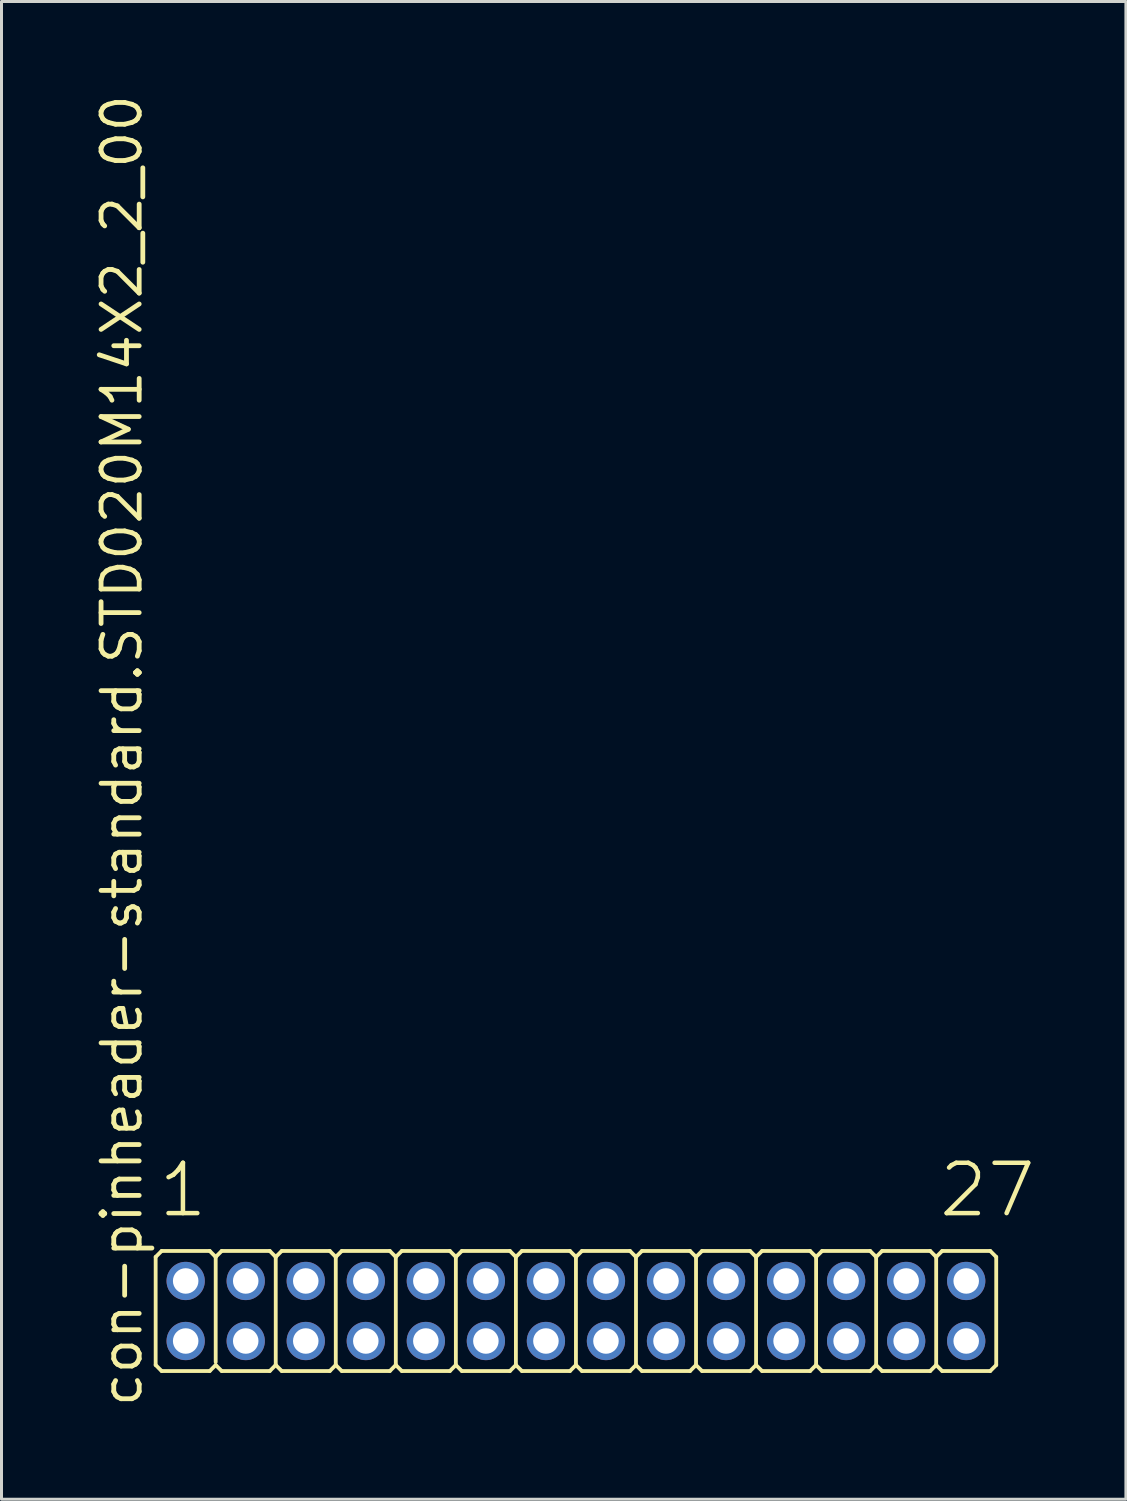
<source format=kicad_pcb>
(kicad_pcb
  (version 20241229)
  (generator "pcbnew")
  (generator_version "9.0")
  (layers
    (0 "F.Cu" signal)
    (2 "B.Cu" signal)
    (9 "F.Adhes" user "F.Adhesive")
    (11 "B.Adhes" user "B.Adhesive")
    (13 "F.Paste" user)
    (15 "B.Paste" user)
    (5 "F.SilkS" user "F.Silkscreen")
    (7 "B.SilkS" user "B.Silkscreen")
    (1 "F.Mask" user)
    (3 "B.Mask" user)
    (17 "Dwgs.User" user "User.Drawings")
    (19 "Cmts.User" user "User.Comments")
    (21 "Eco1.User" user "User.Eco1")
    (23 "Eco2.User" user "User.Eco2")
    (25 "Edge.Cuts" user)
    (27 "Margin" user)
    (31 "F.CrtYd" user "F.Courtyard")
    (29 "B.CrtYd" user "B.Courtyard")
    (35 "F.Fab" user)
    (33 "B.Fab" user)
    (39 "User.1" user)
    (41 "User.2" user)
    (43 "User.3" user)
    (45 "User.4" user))
  (footprint "con-pinheader-standard.STD020M14X2_2_00"
    (layer "F.Cu")
    (at 16.135 40.62)
    (property "Reference" "con-pinheader-standard.STD020M14X2_2_00" (at -14.385 3.27 90) (layer "F.SilkS") (effects (font (size 1.27 1.27) (thickness 0.16)) (justify left bottom)))
    (attr through_hole)
    (fp_line (start -14 1.8) (end -14 -1.8) (stroke (width 0.127) (type default)) (layer "F.SilkS"))
    (fp_line (start -13.8 -2) (end -14 -1.8) (stroke (width 0.127) (type default)) (layer "F.SilkS"))
    (fp_line (start -13.8 -2) (end -12.2 -2) (stroke (width 0.127) (type default)) (layer "F.SilkS"))
    (fp_line (start -13.8 2) (end -14 1.8) (stroke (width 0.127) (type default)) (layer "F.SilkS"))
    (fp_line (start -12.2 -2) (end -12 -1.8) (stroke (width 0.127) (type default)) (layer "F.SilkS"))
    (fp_line (start -12.2 2) (end -13.8 2) (stroke (width 0.127) (type default)) (layer "F.SilkS"))
    (fp_line (start -12.2 2) (end -12 1.8) (stroke (width 0.127) (type default)) (layer "F.SilkS"))
    (fp_line (start -12 -1.8) (end -12 1.7) (stroke (width 0.127) (type default)) (layer "F.SilkS"))
    (fp_line (start -11.8 -2) (end -12 -1.8) (stroke (width 0.127) (type default)) (layer "F.SilkS"))
    (fp_line (start -11.8 -2) (end -10.2 -2) (stroke (width 0.127) (type default)) (layer "F.SilkS"))
    (fp_line (start -11.8 2) (end -12 1.8) (stroke (width 0.127) (type default)) (layer "F.SilkS"))
    (fp_line (start -10.2 -2) (end -10 -1.8) (stroke (width 0.127) (type default)) (layer "F.SilkS"))
    (fp_line (start -10.2 2) (end -11.8 2) (stroke (width 0.127) (type default)) (layer "F.SilkS"))
    (fp_line (start -10.2 2) (end -10 1.8) (stroke (width 0.127) (type default)) (layer "F.SilkS"))
    (fp_line (start -10 -1.8) (end -10 1.8) (stroke (width 0.127) (type default)) (layer "F.SilkS"))
    (fp_line (start -9.8 -2) (end -10 -1.8) (stroke (width 0.127) (type default)) (layer "F.SilkS"))
    (fp_line (start -9.8 -2) (end -8.2 -2) (stroke (width 0.127) (type default)) (layer "F.SilkS"))
    (fp_line (start -9.8 2) (end -10 1.8) (stroke (width 0.127) (type default)) (layer "F.SilkS"))
    (fp_line (start -8.2 -2) (end -8 -1.8) (stroke (width 0.127) (type default)) (layer "F.SilkS"))
    (fp_line (start -8.2 2) (end -9.8 2) (stroke (width 0.127) (type default)) (layer "F.SilkS"))
    (fp_line (start -8.2 2) (end -8 1.8) (stroke (width 0.127) (type default)) (layer "F.SilkS"))
    (fp_line (start -8 -1.8) (end -8 1.8) (stroke (width 0.127) (type default)) (layer "F.SilkS"))
    (fp_line (start -7.8 -2) (end -8 -1.8) (stroke (width 0.127) (type default)) (layer "F.SilkS"))
    (fp_line (start -7.8 -2) (end -6.2 -2) (stroke (width 0.127) (type default)) (layer "F.SilkS"))
    (fp_line (start -7.8 2) (end -8 1.8) (stroke (width 0.127) (type default)) (layer "F.SilkS"))
    (fp_line (start -6.2 -2) (end -6 -1.8) (stroke (width 0.127) (type default)) (layer "F.SilkS"))
    (fp_line (start -6.2 2) (end -7.8 2) (stroke (width 0.127) (type default)) (layer "F.SilkS"))
    (fp_line (start -6.2 2) (end -6 1.8) (stroke (width 0.127) (type default)) (layer "F.SilkS"))
    (fp_line (start -6 -1.8) (end -6 1.8) (stroke (width 0.127) (type default)) (layer "F.SilkS"))
    (fp_line (start -5.8 -2) (end -6 -1.8) (stroke (width 0.127) (type default)) (layer "F.SilkS"))
    (fp_line (start -5.8 -2) (end -4.2 -2) (stroke (width 0.127) (type default)) (layer "F.SilkS"))
    (fp_line (start -5.8 2) (end -6 1.8) (stroke (width 0.127) (type default)) (layer "F.SilkS"))
    (fp_line (start -4.2 -2) (end -4 -1.8) (stroke (width 0.127) (type default)) (layer "F.SilkS"))
    (fp_line (start -4.2 2) (end -5.8 2) (stroke (width 0.127) (type default)) (layer "F.SilkS"))
    (fp_line (start -4.2 2) (end -4 1.8) (stroke (width 0.127) (type default)) (layer "F.SilkS"))
    (fp_line (start -4 -1.8) (end -4 1.8) (stroke (width 0.127) (type default)) (layer "F.SilkS"))
    (fp_line (start -3.8 -2) (end -4 -1.8) (stroke (width 0.127) (type default)) (layer "F.SilkS"))
    (fp_line (start -3.8 -2) (end -2.2 -2) (stroke (width 0.127) (type default)) (layer "F.SilkS"))
    (fp_line (start -3.8 2) (end -4 1.8) (stroke (width 0.127) (type default)) (layer "F.SilkS"))
    (fp_line (start -2.2 -2) (end -2 -1.8) (stroke (width 0.127) (type default)) (layer "F.SilkS"))
    (fp_line (start -2.2 2) (end -3.8 2) (stroke (width 0.127) (type default)) (layer "F.SilkS"))
    (fp_line (start -2.2 2) (end -2 1.8) (stroke (width 0.127) (type default)) (layer "F.SilkS"))
    (fp_line (start -2 -1.8) (end -2 1.8) (stroke (width 0.127) (type default)) (layer "F.SilkS"))
    (fp_line (start -1.8 -2) (end -2 -1.8) (stroke (width 0.127) (type default)) (layer "F.SilkS"))
    (fp_line (start -1.8 -2) (end -0.2 -2) (stroke (width 0.127) (type default)) (layer "F.SilkS"))
    (fp_line (start -1.8 2) (end -2 1.8) (stroke (width 0.127) (type default)) (layer "F.SilkS"))
    (fp_line (start -0.2 -2) (end 0 -1.8) (stroke (width 0.127) (type default)) (layer "F.SilkS"))
    (fp_line (start -0.2 2) (end -1.8 2) (stroke (width 0.127) (type default)) (layer "F.SilkS"))
    (fp_line (start -0.2 2) (end 0 1.8) (stroke (width 0.127) (type default)) (layer "F.SilkS"))
    (fp_line (start 0 -1.8) (end 0 1.8) (stroke (width 0.127) (type default)) (layer "F.SilkS"))
    (fp_line (start 0.2 -2) (end 0 -1.8) (stroke (width 0.127) (type default)) (layer "F.SilkS"))
    (fp_line (start 0.2 -2) (end 1.8 -2) (stroke (width 0.127) (type default)) (layer "F.SilkS"))
    (fp_line (start 0.2 2) (end 0 1.8) (stroke (width 0.127) (type default)) (layer "F.SilkS"))
    (fp_line (start 1.8 -2) (end 2 -1.8) (stroke (width 0.127) (type default)) (layer "F.SilkS"))
    (fp_line (start 1.8 2) (end 0.2 2) (stroke (width 0.127) (type default)) (layer "F.SilkS"))
    (fp_line (start 1.8 2) (end 2 1.8) (stroke (width 0.127) (type default)) (layer "F.SilkS"))
    (fp_line (start 2 -1.8) (end 2 1.8) (stroke (width 0.127) (type default)) (layer "F.SilkS"))
    (fp_line (start 2.2 -2) (end 2 -1.8) (stroke (width 0.127) (type default)) (layer "F.SilkS"))
    (fp_line (start 2.2 -2) (end 3.8 -2) (stroke (width 0.127) (type default)) (layer "F.SilkS"))
    (fp_line (start 2.2 2) (end 2 1.8) (stroke (width 0.127) (type default)) (layer "F.SilkS"))
    (fp_line (start 3.8 -2) (end 4 -1.8) (stroke (width 0.127) (type default)) (layer "F.SilkS"))
    (fp_line (start 3.8 2) (end 2.2 2) (stroke (width 0.127) (type default)) (layer "F.SilkS"))
    (fp_line (start 3.8 2) (end 4 1.8) (stroke (width 0.127) (type default)) (layer "F.SilkS"))
    (fp_line (start 4 -1.8) (end 4 1.8) (stroke (width 0.127) (type default)) (layer "F.SilkS"))
    (fp_line (start 4.2 -2) (end 4 -1.8) (stroke (width 0.127) (type default)) (layer "F.SilkS"))
    (fp_line (start 4.2 -2) (end 5.8 -2) (stroke (width 0.127) (type default)) (layer "F.SilkS"))
    (fp_line (start 4.2 2) (end 4 1.8) (stroke (width 0.127) (type default)) (layer "F.SilkS"))
    (fp_line (start 5.8 -2) (end 6 -1.8) (stroke (width 0.127) (type default)) (layer "F.SilkS"))
    (fp_line (start 5.8 2) (end 4.2 2) (stroke (width 0.127) (type default)) (layer "F.SilkS"))
    (fp_line (start 5.8 2) (end 6 1.8) (stroke (width 0.127) (type default)) (layer "F.SilkS"))
    (fp_line (start 6 -1.8) (end 6 1.8) (stroke (width 0.127) (type default)) (layer "F.SilkS"))
    (fp_line (start 6.2 -2) (end 6 -1.8) (stroke (width 0.127) (type default)) (layer "F.SilkS"))
    (fp_line (start 6.2 -2) (end 7.8 -2) (stroke (width 0.127) (type default)) (layer "F.SilkS"))
    (fp_line (start 6.2 2) (end 6 1.8) (stroke (width 0.127) (type default)) (layer "F.SilkS"))
    (fp_line (start 7.8 -2) (end 8 -1.8) (stroke (width 0.127) (type default)) (layer "F.SilkS"))
    (fp_line (start 7.8 2) (end 6.2 2) (stroke (width 0.127) (type default)) (layer "F.SilkS"))
    (fp_line (start 7.8 2) (end 8 1.8) (stroke (width 0.127) (type default)) (layer "F.SilkS"))
    (fp_line (start 8 -1.8) (end 8 1.8) (stroke (width 0.127) (type default)) (layer "F.SilkS"))
    (fp_line (start 8.2 -2) (end 8 -1.8) (stroke (width 0.127) (type default)) (layer "F.SilkS"))
    (fp_line (start 8.2 -2) (end 9.8 -2) (stroke (width 0.127) (type default)) (layer "F.SilkS"))
    (fp_line (start 8.2 2) (end 8 1.8) (stroke (width 0.127) (type default)) (layer "F.SilkS"))
    (fp_line (start 9.8 -2) (end 10 -1.8) (stroke (width 0.127) (type default)) (layer "F.SilkS"))
    (fp_line (start 9.8 2) (end 8.2 2) (stroke (width 0.127) (type default)) (layer "F.SilkS"))
    (fp_line (start 9.8 2) (end 10 1.8) (stroke (width 0.127) (type default)) (layer "F.SilkS"))
    (fp_line (start 10 -1.8) (end 10 1.8) (stroke (width 0.127) (type default)) (layer "F.SilkS"))
    (fp_line (start 10.2 -2) (end 10 -1.8) (stroke (width 0.127) (type default)) (layer "F.SilkS"))
    (fp_line (start 10.2 -2) (end 11.8 -2) (stroke (width 0.127) (type default)) (layer "F.SilkS"))
    (fp_line (start 10.2 2) (end 10 1.8) (stroke (width 0.127) (type default)) (layer "F.SilkS"))
    (fp_line (start 11.8 -2) (end 12 -1.8) (stroke (width 0.127) (type default)) (layer "F.SilkS"))
    (fp_line (start 11.8 2) (end 10.2 2) (stroke (width 0.127) (type default)) (layer "F.SilkS"))
    (fp_line (start 11.8 2) (end 12 1.8) (stroke (width 0.127) (type default)) (layer "F.SilkS"))
    (fp_line (start 12 -1.8) (end 12 1.8) (stroke (width 0.127) (type default)) (layer "F.SilkS"))
    (fp_line (start 12.2 -2) (end 12 -1.8) (stroke (width 0.127) (type default)) (layer "F.SilkS"))
    (fp_line (start 12.2 -2) (end 13.8 -2) (stroke (width 0.127) (type default)) (layer "F.SilkS"))
    (fp_line (start 12.2 2) (end 12 1.8) (stroke (width 0.127) (type default)) (layer "F.SilkS"))
    (fp_line (start 13.8 -2) (end 14 -1.8) (stroke (width 0.127) (type default)) (layer "F.SilkS"))
    (fp_line (start 13.8 2) (end 12.2 2) (stroke (width 0.127) (type default)) (layer "F.SilkS"))
    (fp_line (start 13.8 2) (end 14 1.8) (stroke (width 0.127) (type default)) (layer "F.SilkS"))
    (fp_line (start 14 -1.8) (end 14 1.8) (stroke (width 0.127) (type default)) (layer "F.SilkS"))
    (fp_rect (start -13.25 -0.75) (end -12.75 -1.25) (stroke (width 0.05) (type default)) (fill no) (layer "F.Fab"))
    (fp_rect (start -13.25 1.25) (end -12.75 0.75) (stroke (width 0.05) (type default)) (fill no) (layer "F.Fab"))
    (fp_rect (start -11.25 -0.75) (end -10.75 -1.25) (stroke (width 0.05) (type default)) (fill no) (layer "F.Fab"))
    (fp_rect (start -11.25 1.25) (end -10.75 0.75) (stroke (width 0.05) (type default)) (fill no) (layer "F.Fab"))
    (fp_rect (start -9.25 -0.75) (end -8.75 -1.25) (stroke (width 0.05) (type default)) (fill no) (layer "F.Fab"))
    (fp_rect (start -9.25 1.25) (end -8.75 0.75) (stroke (width 0.05) (type default)) (fill no) (layer "F.Fab"))
    (fp_rect (start -7.25 -0.75) (end -6.75 -1.25) (stroke (width 0.05) (type default)) (fill no) (layer "F.Fab"))
    (fp_rect (start -7.25 1.25) (end -6.75 0.75) (stroke (width 0.05) (type default)) (fill no) (layer "F.Fab"))
    (fp_rect (start -5.25 -0.75) (end -4.75 -1.25) (stroke (width 0.05) (type default)) (fill no) (layer "F.Fab"))
    (fp_rect (start -5.25 1.25) (end -4.75 0.75) (stroke (width 0.05) (type default)) (fill no) (layer "F.Fab"))
    (fp_rect (start -3.25 -0.75) (end -2.75 -1.25) (stroke (width 0.05) (type default)) (fill no) (layer "F.Fab"))
    (fp_rect (start -3.25 1.25) (end -2.75 0.75) (stroke (width 0.05) (type default)) (fill no) (layer "F.Fab"))
    (fp_rect (start -1.25 -0.75) (end -0.75 -1.25) (stroke (width 0.05) (type default)) (fill no) (layer "F.Fab"))
    (fp_rect (start -1.25 1.25) (end -0.75 0.75) (stroke (width 0.05) (type default)) (fill no) (layer "F.Fab"))
    (fp_rect (start 0.75 -0.75) (end 1.25 -1.25) (stroke (width 0.05) (type default)) (fill no) (layer "F.Fab"))
    (fp_rect (start 0.75 1.25) (end 1.25 0.75) (stroke (width 0.05) (type default)) (fill no) (layer "F.Fab"))
    (fp_rect (start 2.75 -0.75) (end 3.25 -1.25) (stroke (width 0.05) (type default)) (fill no) (layer "F.Fab"))
    (fp_rect (start 2.75 1.25) (end 3.25 0.75) (stroke (width 0.05) (type default)) (fill no) (layer "F.Fab"))
    (fp_rect (start 4.75 -0.75) (end 5.25 -1.25) (stroke (width 0.05) (type default)) (fill no) (layer "F.Fab"))
    (fp_rect (start 4.75 1.25) (end 5.25 0.75) (stroke (width 0.05) (type default)) (fill no) (layer "F.Fab"))
    (fp_rect (start 6.75 -0.75) (end 7.25 -1.25) (stroke (width 0.05) (type default)) (fill no) (layer "F.Fab"))
    (fp_rect (start 6.75 1.25) (end 7.25 0.75) (stroke (width 0.05) (type default)) (fill no) (layer "F.Fab"))
    (fp_rect (start 8.75 -0.75) (end 9.25 -1.25) (stroke (width 0.05) (type default)) (fill no) (layer "F.Fab"))
    (fp_rect (start 8.75 1.25) (end 9.25 0.75) (stroke (width 0.05) (type default)) (fill no) (layer "F.Fab"))
    (fp_rect (start 10.75 -0.75) (end 11.25 -1.25) (stroke (width 0.05) (type default)) (fill no) (layer "F.Fab"))
    (fp_rect (start 10.75 1.25) (end 11.25 0.75) (stroke (width 0.05) (type default)) (fill no) (layer "F.Fab"))
    (fp_rect (start 12.75 -0.75) (end 13.25 -1.25) (stroke (width 0.05) (type default)) (fill no) (layer "F.Fab"))
    (fp_rect (start 12.75 1.25) (end 13.25 0.75) (stroke (width 0.05) (type default)) (fill no) (layer "F.Fab"))
    (fp_text user "27" (at 12.012 -3.048 0) (layer "F.SilkS") (effects (font (size 1.676 1.676) (thickness 0.15)) (justify left bottom)))
    (fp_text user "1" (at -13.988 -3.048 0) (layer "F.SilkS") (effects (font (size 1.676 1.676) (thickness 0.15)) (justify left bottom)))
    (pad "1" thru_hole circle (at -13 -1) (size 1.275 1.275) (drill 0.85) (layers "*.Cu" "*.Mask"))
    (pad "2" thru_hole circle (at -13 1) (size 1.275 1.275) (drill 0.85) (layers "*.Cu" "*.Mask"))
    (pad "3" thru_hole circle (at -11 -1) (size 1.275 1.275) (drill 0.85) (layers "*.Cu" "*.Mask"))
    (pad "4" thru_hole circle (at -11 1) (size 1.275 1.275) (drill 0.85) (layers "*.Cu" "*.Mask"))
    (pad "5" thru_hole circle (at -9 -1) (size 1.275 1.275) (drill 0.85) (layers "*.Cu" "*.Mask"))
    (pad "6" thru_hole circle (at -9 1) (size 1.275 1.275) (drill 0.85) (layers "*.Cu" "*.Mask"))
    (pad "7" thru_hole circle (at -7 -1) (size 1.275 1.275) (drill 0.85) (layers "*.Cu" "*.Mask"))
    (pad "8" thru_hole circle (at -7 1) (size 1.275 1.275) (drill 0.85) (layers "*.Cu" "*.Mask"))
    (pad "9" thru_hole circle (at -5 -1) (size 1.275 1.275) (drill 0.85) (layers "*.Cu" "*.Mask"))
    (pad "10" thru_hole circle (at -5 1) (size 1.275 1.275) (drill 0.85) (layers "*.Cu" "*.Mask"))
    (pad "11" thru_hole circle (at -3 -1) (size 1.275 1.275) (drill 0.85) (layers "*.Cu" "*.Mask"))
    (pad "12" thru_hole circle (at -3 1) (size 1.275 1.275) (drill 0.85) (layers "*.Cu" "*.Mask"))
    (pad "13" thru_hole circle (at -1 -1) (size 1.275 1.275) (drill 0.85) (layers "*.Cu" "*.Mask"))
    (pad "14" thru_hole circle (at -1 1) (size 1.275 1.275) (drill 0.85) (layers "*.Cu" "*.Mask"))
    (pad "15" thru_hole circle (at 1 -1) (size 1.275 1.275) (drill 0.85) (layers "*.Cu" "*.Mask"))
    (pad "16" thru_hole circle (at 1 1) (size 1.275 1.275) (drill 0.85) (layers "*.Cu" "*.Mask"))
    (pad "17" thru_hole circle (at 3 -1) (size 1.275 1.275) (drill 0.85) (layers "*.Cu" "*.Mask"))
    (pad "18" thru_hole circle (at 3 1) (size 1.275 1.275) (drill 0.85) (layers "*.Cu" "*.Mask"))
    (pad "19" thru_hole circle (at 5 -1) (size 1.275 1.275) (drill 0.85) (layers "*.Cu" "*.Mask"))
    (pad "20" thru_hole circle (at 5 1) (size 1.275 1.275) (drill 0.85) (layers "*.Cu" "*.Mask"))
    (pad "21" thru_hole circle (at 7 -1) (size 1.275 1.275) (drill 0.85) (layers "*.Cu" "*.Mask"))
    (pad "22" thru_hole circle (at 7 1) (size 1.275 1.275) (drill 0.85) (layers "*.Cu" "*.Mask"))
    (pad "23" thru_hole circle (at 9 -1) (size 1.275 1.275) (drill 0.85) (layers "*.Cu" "*.Mask"))
    (pad "24" thru_hole circle (at 9 1) (size 1.275 1.275) (drill 0.85) (layers "*.Cu" "*.Mask"))
    (pad "25" thru_hole circle (at 11 -1) (size 1.275 1.275) (drill 0.85) (layers "*.Cu" "*.Mask"))
    (pad "26" thru_hole circle (at 11 1) (size 1.275 1.275) (drill 0.85) (layers "*.Cu" "*.Mask"))
    (pad "27" thru_hole circle (at 13 -1) (size 1.275 1.275) (drill 0.85) (layers "*.Cu" "*.Mask"))
    (pad "28" thru_hole circle (at 13 1) (size 1.275 1.275) (drill 0.85) (layers "*.Cu" "*.Mask")))
  (gr_rect
    (start -3 -3)
    (end 34.455 46.89)
    (stroke (width 0.1) (type default))
    (fill no)
    (layer "Edge.Cuts")))
</source>
